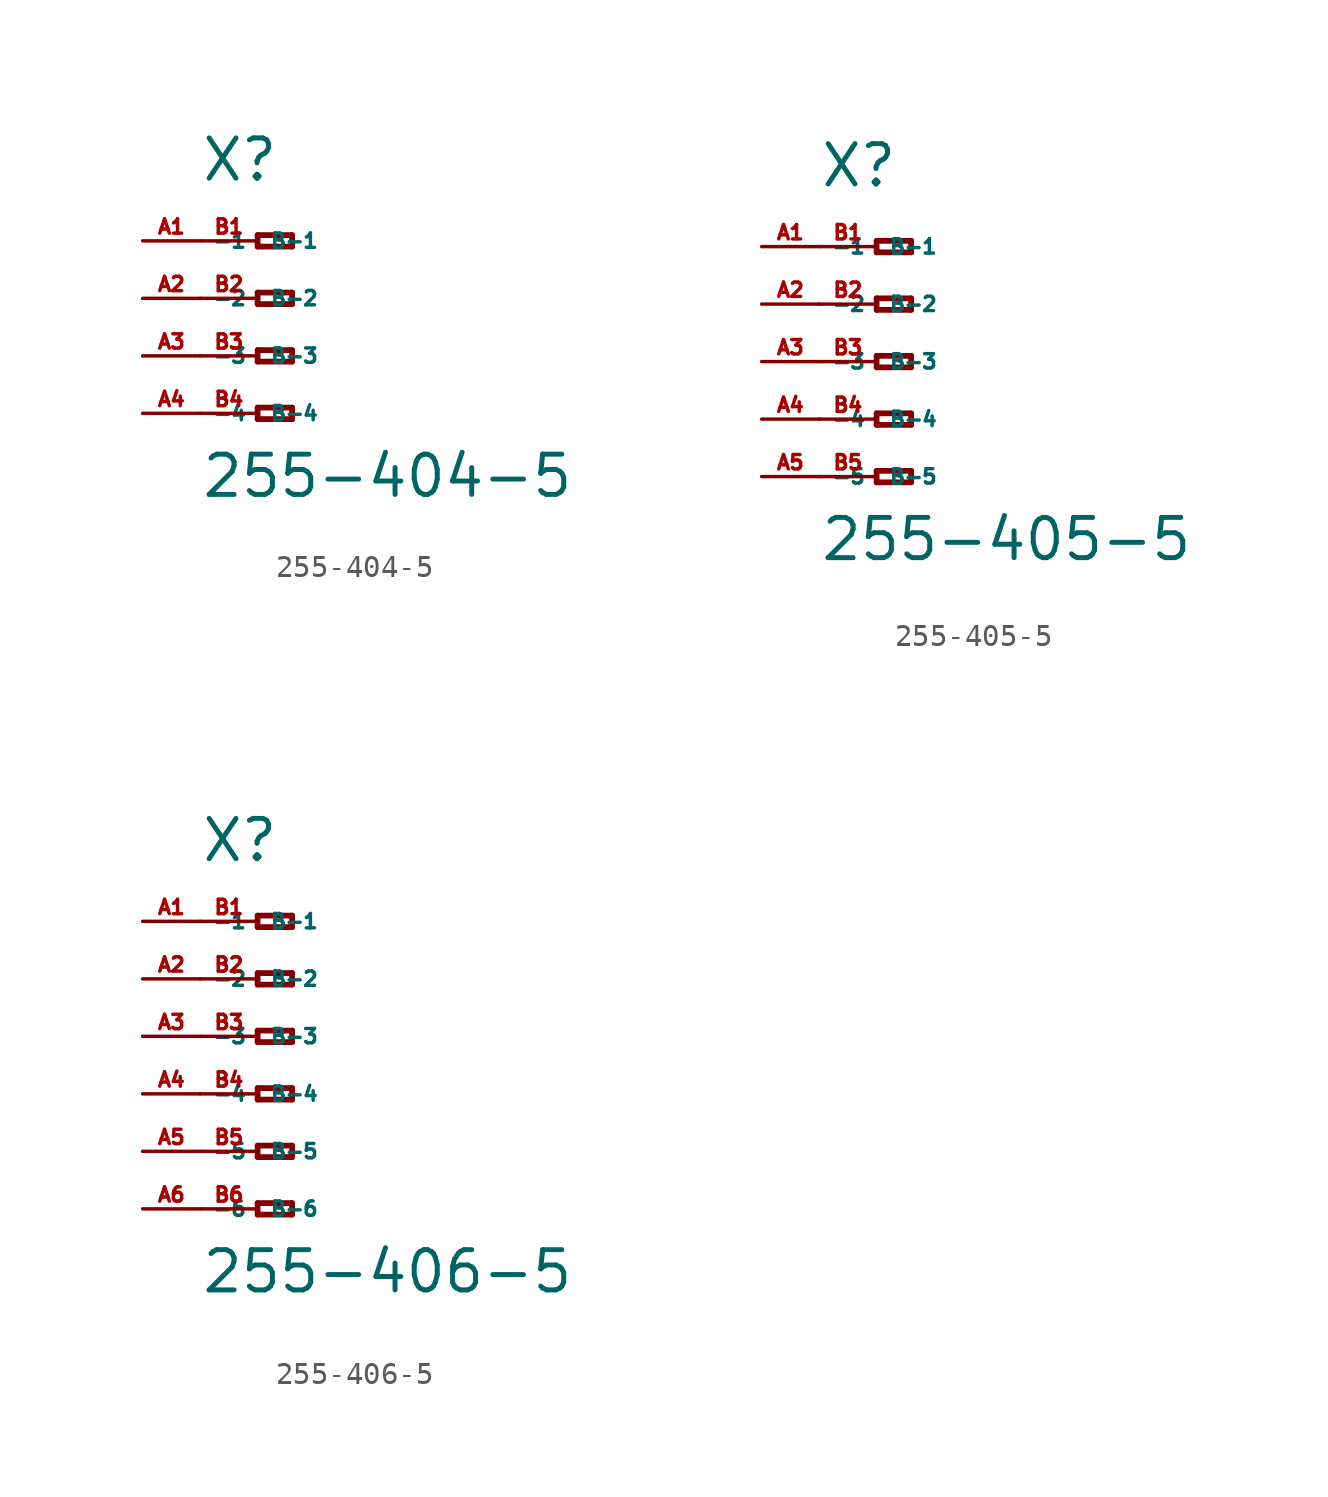
<source format=kicad_sym>
(kicad_symbol_lib
  (version 20220914)
  (generator Eagle2Kicad)
  (symbol "255-404-5"
    (property "Reference" "X"
      (at -5.08 5.08 0)
      (effects (font (size 1.778 1.778) (thickness 0.22)) (justify left bottom)))
    (property "Value" "255-404-5"
      (at -5.08 -8.89 0)
      (effects (font (size 1.778 1.778) (thickness 0.22)) (justify left bottom)))
    (polyline
      (pts (xy -2.54 2.794) (xy -2.54 2.286))
      (stroke (width 0.254) (type default))
      (fill (type none)))
    (polyline
      (pts (xy -2.54 2.286) (xy -1.016 2.286))
      (stroke (width 0.254) (type default))
      (fill (type none)))
    (polyline
      (pts (xy -1.016 2.286) (xy -1.016 2.794))
      (stroke (width 0.254) (type default))
      (fill (type none)))
    (polyline
      (pts (xy -1.016 2.794) (xy -2.54 2.794))
      (stroke (width 0.254) (type default))
      (fill (type none)))
    (polyline
      (pts (xy -2.54 0.254) (xy -2.54 -0.254))
      (stroke (width 0.254) (type default))
      (fill (type none)))
    (polyline
      (pts (xy -2.54 -0.254) (xy -1.016 -0.254))
      (stroke (width 0.254) (type default))
      (fill (type none)))
    (polyline
      (pts (xy -1.016 -0.254) (xy -1.016 0.254))
      (stroke (width 0.254) (type default))
      (fill (type none)))
    (polyline
      (pts (xy -1.016 0.254) (xy -2.54 0.254))
      (stroke (width 0.254) (type default))
      (fill (type none)))
    (polyline
      (pts (xy -2.54 -2.286) (xy -2.54 -2.794))
      (stroke (width 0.254) (type default))
      (fill (type none)))
    (polyline
      (pts (xy -2.54 -2.794) (xy -1.016 -2.794))
      (stroke (width 0.254) (type default))
      (fill (type none)))
    (polyline
      (pts (xy -1.016 -2.794) (xy -1.016 -2.286))
      (stroke (width 0.254) (type default))
      (fill (type none)))
    (polyline
      (pts (xy -1.016 -2.286) (xy -2.54 -2.286))
      (stroke (width 0.254) (type default))
      (fill (type none)))
    (polyline
      (pts (xy -2.54 -4.826) (xy -2.54 -5.334))
      (stroke (width 0.254) (type default))
      (fill (type none)))
    (polyline
      (pts (xy -2.54 -5.334) (xy -1.016 -5.334))
      (stroke (width 0.254) (type default))
      (fill (type none)))
    (polyline
      (pts (xy -1.016 -5.334) (xy -1.016 -4.826))
      (stroke (width 0.254) (type default))
      (fill (type none)))
    (polyline
      (pts (xy -1.016 -4.826) (xy -2.54 -4.826))
      (stroke (width 0.254) (type default))
      (fill (type none)))
    (pin passive line
      (at -7.62 2.54 0)
      (length 2.54)
      (name "-1" (effects (font (size 0.635 0.635) (thickness 0.08)) (justify left bottom)))
      (number "A1" (effects (font (size 0.635 0.635) (thickness 0.08)) (justify left bottom))))
    (pin passive line
      (at -7.62 0 0)
      (length 2.54)
      (name "-2" (effects (font (size 0.635 0.635) (thickness 0.08)) (justify left bottom)))
      (number "A2" (effects (font (size 0.635 0.635) (thickness 0.08)) (justify left bottom))))
    (pin passive line
      (at -7.62 -2.54 0)
      (length 2.54)
      (name "-3" (effects (font (size 0.635 0.635) (thickness 0.08)) (justify left bottom)))
      (number "A3" (effects (font (size 0.635 0.635) (thickness 0.08)) (justify left bottom))))
    (pin passive line
      (at -7.62 -5.08 0)
      (length 2.54)
      (name "-4" (effects (font (size 0.635 0.635) (thickness 0.08)) (justify left bottom)))
      (number "A4" (effects (font (size 0.635 0.635) (thickness 0.08)) (justify left bottom))))
    (pin passive line
      (at -5.08 -5.08 0)
      (length 2.54)
      (name "B-4" (effects (font (size 0.635 0.635) (thickness 0.08)) (justify left bottom)))
      (number "B4" (effects (font (size 0.635 0.635) (thickness 0.08)) (justify left bottom))))
    (pin passive line
      (at -5.08 2.54 0)
      (length 2.54)
      (name "B-1" (effects (font (size 0.635 0.635) (thickness 0.08)) (justify left bottom)))
      (number "B1" (effects (font (size 0.635 0.635) (thickness 0.08)) (justify left bottom))))
    (pin passive line
      (at -5.08 0 0)
      (length 2.54)
      (name "B-2" (effects (font (size 0.635 0.635) (thickness 0.08)) (justify left bottom)))
      (number "B2" (effects (font (size 0.635 0.635) (thickness 0.08)) (justify left bottom))))
    (pin passive line
      (at -5.08 -2.54 0)
      (length 2.54)
      (name "B-3" (effects (font (size 0.635 0.635) (thickness 0.08)) (justify left bottom)))
      (number "B3" (effects (font (size 0.635 0.635) (thickness 0.08)) (justify left bottom)))))
  (symbol "255-405-5"
    (property "Reference" "X"
      (at -5.08 7.62 0)
      (effects (font (size 1.778 1.778) (thickness 0.22)) (justify left bottom)))
    (property "Value" "255-405-5"
      (at -5.08 -8.89 0)
      (effects (font (size 1.778 1.778) (thickness 0.22)) (justify left bottom)))
    (polyline
      (pts (xy -2.54 5.334) (xy -2.54 4.826))
      (stroke (width 0.254) (type default))
      (fill (type none)))
    (polyline
      (pts (xy -2.54 4.826) (xy -1.016 4.826))
      (stroke (width 0.254) (type default))
      (fill (type none)))
    (polyline
      (pts (xy -1.016 4.826) (xy -1.016 5.334))
      (stroke (width 0.254) (type default))
      (fill (type none)))
    (polyline
      (pts (xy -1.016 5.334) (xy -2.54 5.334))
      (stroke (width 0.254) (type default))
      (fill (type none)))
    (polyline
      (pts (xy -2.54 2.794) (xy -2.54 2.286))
      (stroke (width 0.254) (type default))
      (fill (type none)))
    (polyline
      (pts (xy -2.54 2.286) (xy -1.016 2.286))
      (stroke (width 0.254) (type default))
      (fill (type none)))
    (polyline
      (pts (xy -1.016 2.286) (xy -1.016 2.794))
      (stroke (width 0.254) (type default))
      (fill (type none)))
    (polyline
      (pts (xy -1.016 2.794) (xy -2.54 2.794))
      (stroke (width 0.254) (type default))
      (fill (type none)))
    (polyline
      (pts (xy -2.54 0.254) (xy -2.54 -0.254))
      (stroke (width 0.254) (type default))
      (fill (type none)))
    (polyline
      (pts (xy -2.54 -0.254) (xy -1.016 -0.254))
      (stroke (width 0.254) (type default))
      (fill (type none)))
    (polyline
      (pts (xy -1.016 -0.254) (xy -1.016 0.254))
      (stroke (width 0.254) (type default))
      (fill (type none)))
    (polyline
      (pts (xy -1.016 0.254) (xy -2.54 0.254))
      (stroke (width 0.254) (type default))
      (fill (type none)))
    (polyline
      (pts (xy -2.54 -2.286) (xy -2.54 -2.794))
      (stroke (width 0.254) (type default))
      (fill (type none)))
    (polyline
      (pts (xy -2.54 -2.794) (xy -1.016 -2.794))
      (stroke (width 0.254) (type default))
      (fill (type none)))
    (polyline
      (pts (xy -1.016 -2.794) (xy -1.016 -2.286))
      (stroke (width 0.254) (type default))
      (fill (type none)))
    (polyline
      (pts (xy -1.016 -2.286) (xy -2.54 -2.286))
      (stroke (width 0.254) (type default))
      (fill (type none)))
    (polyline
      (pts (xy -2.54 -4.826) (xy -2.54 -5.334))
      (stroke (width 0.254) (type default))
      (fill (type none)))
    (polyline
      (pts (xy -2.54 -5.334) (xy -1.016 -5.334))
      (stroke (width 0.254) (type default))
      (fill (type none)))
    (polyline
      (pts (xy -1.016 -5.334) (xy -1.016 -4.826))
      (stroke (width 0.254) (type default))
      (fill (type none)))
    (polyline
      (pts (xy -1.016 -4.826) (xy -2.54 -4.826))
      (stroke (width 0.254) (type default))
      (fill (type none)))
    (pin passive line
      (at -7.62 5.08 0)
      (length 2.54)
      (name "-1" (effects (font (size 0.635 0.635) (thickness 0.08)) (justify left bottom)))
      (number "A1" (effects (font (size 0.635 0.635) (thickness 0.08)) (justify left bottom))))
    (pin passive line
      (at -7.62 2.54 0)
      (length 2.54)
      (name "-2" (effects (font (size 0.635 0.635) (thickness 0.08)) (justify left bottom)))
      (number "A2" (effects (font (size 0.635 0.635) (thickness 0.08)) (justify left bottom))))
    (pin passive line
      (at -7.62 0 0)
      (length 2.54)
      (name "-3" (effects (font (size 0.635 0.635) (thickness 0.08)) (justify left bottom)))
      (number "A3" (effects (font (size 0.635 0.635) (thickness 0.08)) (justify left bottom))))
    (pin passive line
      (at -7.62 -2.54 0)
      (length 2.54)
      (name "-4" (effects (font (size 0.635 0.635) (thickness 0.08)) (justify left bottom)))
      (number "A4" (effects (font (size 0.635 0.635) (thickness 0.08)) (justify left bottom))))
    (pin passive line
      (at -7.62 -5.08 0)
      (length 2.54)
      (name "-5" (effects (font (size 0.635 0.635) (thickness 0.08)) (justify left bottom)))
      (number "A5" (effects (font (size 0.635 0.635) (thickness 0.08)) (justify left bottom))))
    (pin passive line
      (at -5.08 -5.08 0)
      (length 2.54)
      (name "B-5" (effects (font (size 0.635 0.635) (thickness 0.08)) (justify left bottom)))
      (number "B5" (effects (font (size 0.635 0.635) (thickness 0.08)) (justify left bottom))))
    (pin passive line
      (at -5.08 5.08 0)
      (length 2.54)
      (name "B-1" (effects (font (size 0.635 0.635) (thickness 0.08)) (justify left bottom)))
      (number "B1" (effects (font (size 0.635 0.635) (thickness 0.08)) (justify left bottom))))
    (pin passive line
      (at -5.08 2.54 0)
      (length 2.54)
      (name "B-2" (effects (font (size 0.635 0.635) (thickness 0.08)) (justify left bottom)))
      (number "B2" (effects (font (size 0.635 0.635) (thickness 0.08)) (justify left bottom))))
    (pin passive line
      (at -5.08 0 0)
      (length 2.54)
      (name "B-3" (effects (font (size 0.635 0.635) (thickness 0.08)) (justify left bottom)))
      (number "B3" (effects (font (size 0.635 0.635) (thickness 0.08)) (justify left bottom))))
    (pin passive line
      (at -5.08 -2.54 0)
      (length 2.54)
      (name "B-4" (effects (font (size 0.635 0.635) (thickness 0.08)) (justify left bottom)))
      (number "B4" (effects (font (size 0.635 0.635) (thickness 0.08)) (justify left bottom)))))
  (symbol "255-406-5"
    (property "Reference" "X"
      (at -5.08 7.62 0)
      (effects (font (size 1.778 1.778) (thickness 0.22)) (justify left bottom)))
    (property "Value" "255-406-5"
      (at -5.08 -11.43 0)
      (effects (font (size 1.778 1.778) (thickness 0.22)) (justify left bottom)))
    (polyline
      (pts (xy -2.54 5.334) (xy -2.54 4.826))
      (stroke (width 0.254) (type default))
      (fill (type none)))
    (polyline
      (pts (xy -2.54 4.826) (xy -1.016 4.826))
      (stroke (width 0.254) (type default))
      (fill (type none)))
    (polyline
      (pts (xy -1.016 4.826) (xy -1.016 5.334))
      (stroke (width 0.254) (type default))
      (fill (type none)))
    (polyline
      (pts (xy -1.016 5.334) (xy -2.54 5.334))
      (stroke (width 0.254) (type default))
      (fill (type none)))
    (polyline
      (pts (xy -2.54 2.794) (xy -2.54 2.286))
      (stroke (width 0.254) (type default))
      (fill (type none)))
    (polyline
      (pts (xy -2.54 2.286) (xy -1.016 2.286))
      (stroke (width 0.254) (type default))
      (fill (type none)))
    (polyline
      (pts (xy -1.016 2.286) (xy -1.016 2.794))
      (stroke (width 0.254) (type default))
      (fill (type none)))
    (polyline
      (pts (xy -1.016 2.794) (xy -2.54 2.794))
      (stroke (width 0.254) (type default))
      (fill (type none)))
    (polyline
      (pts (xy -2.54 0.254) (xy -2.54 -0.254))
      (stroke (width 0.254) (type default))
      (fill (type none)))
    (polyline
      (pts (xy -2.54 -0.254) (xy -1.016 -0.254))
      (stroke (width 0.254) (type default))
      (fill (type none)))
    (polyline
      (pts (xy -1.016 -0.254) (xy -1.016 0.254))
      (stroke (width 0.254) (type default))
      (fill (type none)))
    (polyline
      (pts (xy -1.016 0.254) (xy -2.54 0.254))
      (stroke (width 0.254) (type default))
      (fill (type none)))
    (polyline
      (pts (xy -2.54 -2.286) (xy -2.54 -2.794))
      (stroke (width 0.254) (type default))
      (fill (type none)))
    (polyline
      (pts (xy -2.54 -2.794) (xy -1.016 -2.794))
      (stroke (width 0.254) (type default))
      (fill (type none)))
    (polyline
      (pts (xy -1.016 -2.794) (xy -1.016 -2.286))
      (stroke (width 0.254) (type default))
      (fill (type none)))
    (polyline
      (pts (xy -1.016 -2.286) (xy -2.54 -2.286))
      (stroke (width 0.254) (type default))
      (fill (type none)))
    (polyline
      (pts (xy -2.54 -4.826) (xy -2.54 -5.334))
      (stroke (width 0.254) (type default))
      (fill (type none)))
    (polyline
      (pts (xy -2.54 -5.334) (xy -1.016 -5.334))
      (stroke (width 0.254) (type default))
      (fill (type none)))
    (polyline
      (pts (xy -1.016 -5.334) (xy -1.016 -4.826))
      (stroke (width 0.254) (type default))
      (fill (type none)))
    (polyline
      (pts (xy -1.016 -4.826) (xy -2.54 -4.826))
      (stroke (width 0.254) (type default))
      (fill (type none)))
    (polyline
      (pts (xy -2.54 -7.366) (xy -2.54 -7.874))
      (stroke (width 0.254) (type default))
      (fill (type none)))
    (polyline
      (pts (xy -2.54 -7.874) (xy -1.016 -7.874))
      (stroke (width 0.254) (type default))
      (fill (type none)))
    (polyline
      (pts (xy -1.016 -7.874) (xy -1.016 -7.366))
      (stroke (width 0.254) (type default))
      (fill (type none)))
    (polyline
      (pts (xy -1.016 -7.366) (xy -2.54 -7.366))
      (stroke (width 0.254) (type default))
      (fill (type none)))
    (pin passive line
      (at -7.62 5.08 0)
      (length 2.54)
      (name "-1" (effects (font (size 0.635 0.635) (thickness 0.08)) (justify left bottom)))
      (number "A1" (effects (font (size 0.635 0.635) (thickness 0.08)) (justify left bottom))))
    (pin passive line
      (at -7.62 2.54 0)
      (length 2.54)
      (name "-2" (effects (font (size 0.635 0.635) (thickness 0.08)) (justify left bottom)))
      (number "A2" (effects (font (size 0.635 0.635) (thickness 0.08)) (justify left bottom))))
    (pin passive line
      (at -7.62 0 0)
      (length 2.54)
      (name "-3" (effects (font (size 0.635 0.635) (thickness 0.08)) (justify left bottom)))
      (number "A3" (effects (font (size 0.635 0.635) (thickness 0.08)) (justify left bottom))))
    (pin passive line
      (at -7.62 -2.54 0)
      (length 2.54)
      (name "-4" (effects (font (size 0.635 0.635) (thickness 0.08)) (justify left bottom)))
      (number "A4" (effects (font (size 0.635 0.635) (thickness 0.08)) (justify left bottom))))
    (pin passive line
      (at -7.62 -5.08 0)
      (length 2.54)
      (name "-5" (effects (font (size 0.635 0.635) (thickness 0.08)) (justify left bottom)))
      (number "A5" (effects (font (size 0.635 0.635) (thickness 0.08)) (justify left bottom))))
    (pin passive line
      (at -7.62 -7.62 0)
      (length 2.54)
      (name "-6" (effects (font (size 0.635 0.635) (thickness 0.08)) (justify left bottom)))
      (number "A6" (effects (font (size 0.635 0.635) (thickness 0.08)) (justify left bottom))))
    (pin passive line
      (at -5.08 -7.62 0)
      (length 2.54)
      (name "B-6" (effects (font (size 0.635 0.635) (thickness 0.08)) (justify left bottom)))
      (number "B6" (effects (font (size 0.635 0.635) (thickness 0.08)) (justify left bottom))))
    (pin passive line
      (at -5.08 5.08 0)
      (length 2.54)
      (name "B-1" (effects (font (size 0.635 0.635) (thickness 0.08)) (justify left bottom)))
      (number "B1" (effects (font (size 0.635 0.635) (thickness 0.08)) (justify left bottom))))
    (pin passive line
      (at -5.08 2.54 0)
      (length 2.54)
      (name "B-2" (effects (font (size 0.635 0.635) (thickness 0.08)) (justify left bottom)))
      (number "B2" (effects (font (size 0.635 0.635) (thickness 0.08)) (justify left bottom))))
    (pin passive line
      (at -5.08 0 0)
      (length 2.54)
      (name "B-3" (effects (font (size 0.635 0.635) (thickness 0.08)) (justify left bottom)))
      (number "B3" (effects (font (size 0.635 0.635) (thickness 0.08)) (justify left bottom))))
    (pin passive line
      (at -5.08 -2.54 0)
      (length 2.54)
      (name "B-4" (effects (font (size 0.635 0.635) (thickness 0.08)) (justify left bottom)))
      (number "B4" (effects (font (size 0.635 0.635) (thickness 0.08)) (justify left bottom))))
    (pin passive line
      (at -5.08 -5.08 0)
      (length 2.54)
      (name "B-5" (effects (font (size 0.635 0.635) (thickness 0.08)) (justify left bottom)))
      (number "B5" (effects (font (size 0.635 0.635) (thickness 0.08)) (justify left bottom))))))
</source>
